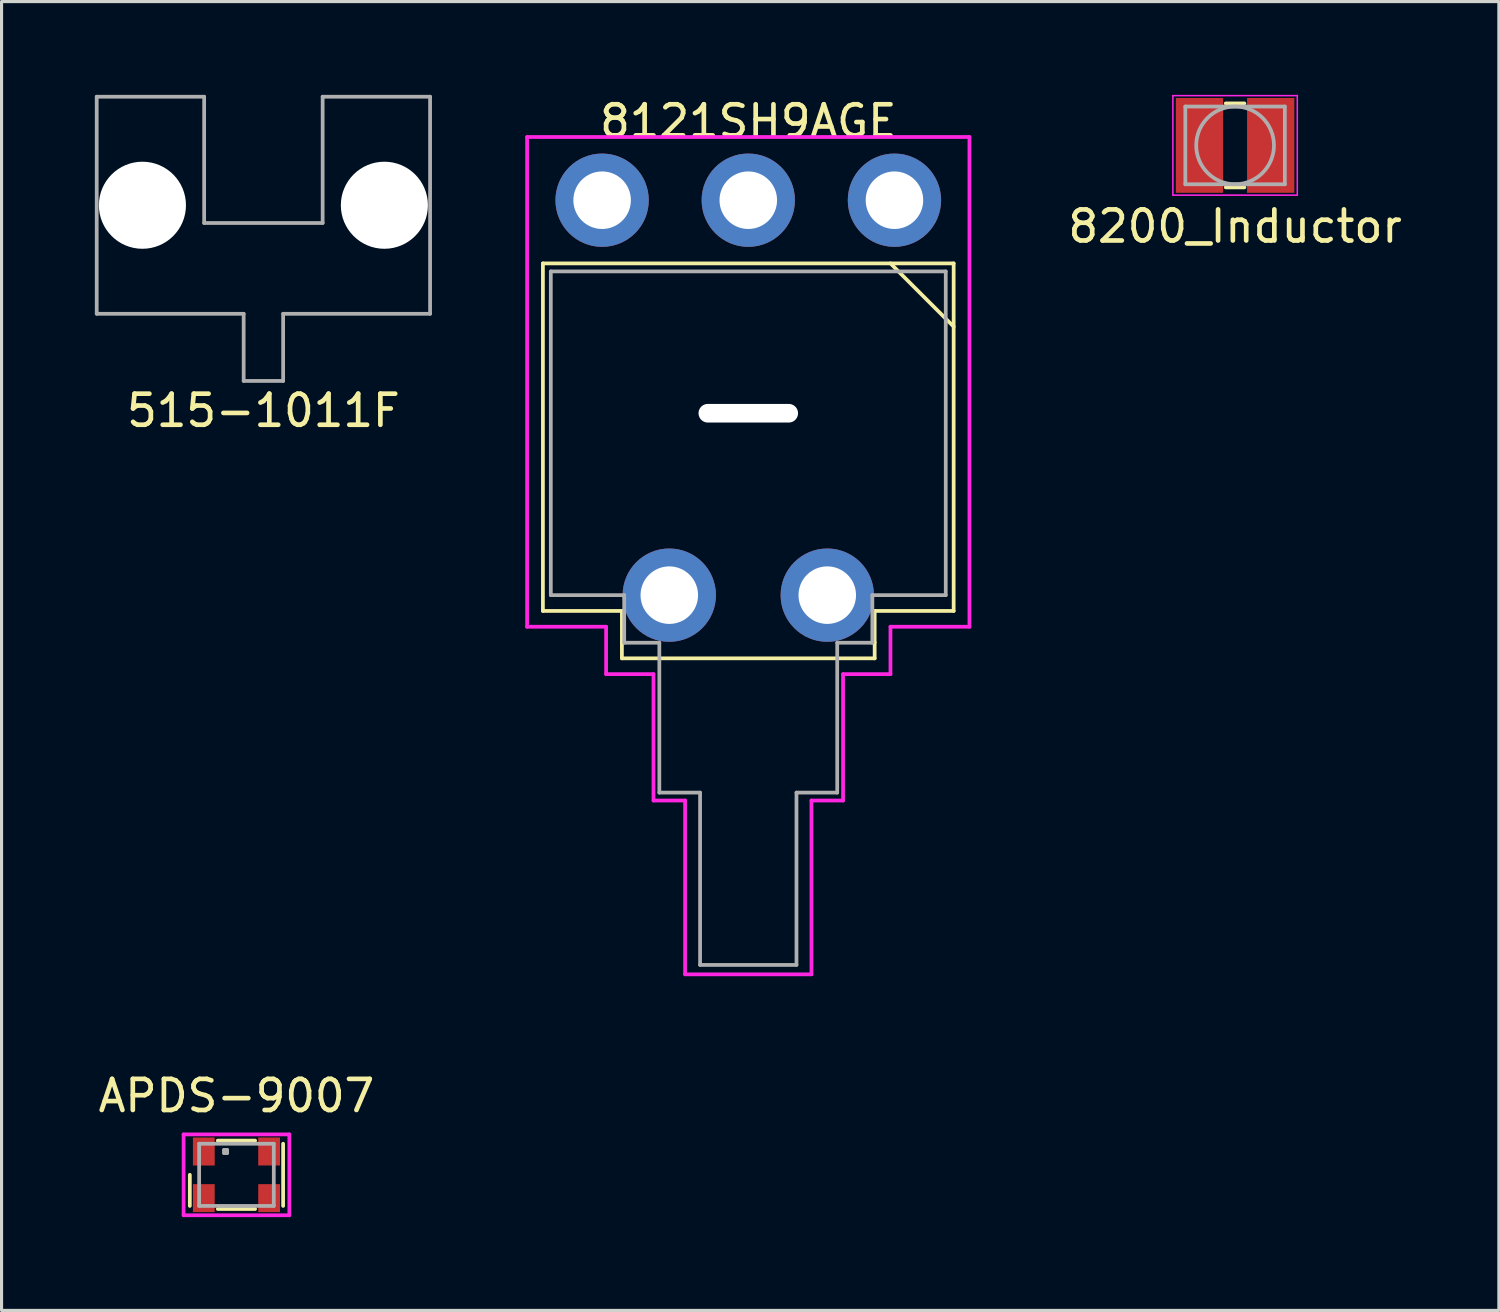
<source format=kicad_pcb>
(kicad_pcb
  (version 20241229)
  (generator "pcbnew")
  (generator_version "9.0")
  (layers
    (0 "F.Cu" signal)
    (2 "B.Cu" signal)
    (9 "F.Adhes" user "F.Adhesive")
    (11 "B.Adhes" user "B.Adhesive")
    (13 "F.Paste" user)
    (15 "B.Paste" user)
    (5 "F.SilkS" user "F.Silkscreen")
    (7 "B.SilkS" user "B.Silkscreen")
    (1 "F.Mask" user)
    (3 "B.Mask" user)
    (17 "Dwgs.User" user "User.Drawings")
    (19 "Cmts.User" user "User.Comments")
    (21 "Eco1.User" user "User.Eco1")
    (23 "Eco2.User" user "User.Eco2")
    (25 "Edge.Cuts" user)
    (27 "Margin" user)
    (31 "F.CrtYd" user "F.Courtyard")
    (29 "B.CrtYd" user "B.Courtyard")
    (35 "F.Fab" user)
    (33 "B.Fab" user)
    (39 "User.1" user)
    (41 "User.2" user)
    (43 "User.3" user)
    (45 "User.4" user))
  (footprint "8200_Inductor"
    (layer "F.Cu")
    (at 36.666 1.625)
    (property "Reference" "8200_Inductor" (at 0 2.603 0) (layer "F.SilkS") (effects (font (size 1 1) (thickness 0.15))))
    (attr through_hole)
    (fp_line (start -0.3 -1.35) (end 0.3 -1.35) (stroke (width 0.12) (type solid)) (layer "F.SilkS"))
    (fp_line (start -0.3 1.35) (end 0.3 1.35) (stroke (width 0.12) (type solid)) (layer "F.SilkS"))
    (fp_line (start -2 -1.6) (end 2 -1.6) (stroke (width 0.05) (type solid)) (layer "F.CrtYd"))
    (fp_line (start -2 1.6) (end -2 -1.6) (stroke (width 0.05) (type solid)) (layer "F.CrtYd"))
    (fp_line (start 2 -1.6) (end 2 1.6) (stroke (width 0.05) (type solid)) (layer "F.CrtYd"))
    (fp_line (start 2 1.6) (end -2 1.6) (stroke (width 0.05) (type solid)) (layer "F.CrtYd"))
    (fp_line (start -1.6 -1.25) (end 1.6 -1.25) (stroke (width 0.12) (type solid)) (layer "F.Fab"))
    (fp_line (start -1.6 1.25) (end -1.6 -1.25) (stroke (width 0.12) (type solid)) (layer "F.Fab"))
    (fp_line (start 1.6 -1.25) (end 1.6 1.25) (stroke (width 0.12) (type solid)) (layer "F.Fab"))
    (fp_line (start 1.6 1.25) (end -1.6 1.25) (stroke (width 0.12) (type solid)) (layer "F.Fab"))
    (fp_circle (center 0 0) (end 1.25 0) (stroke (width 0.12) (type solid)) (fill no) (layer "F.Fab"))
    (pad "1" smd rect (at -1.145 0) (size 1.52 3.05) (layers "F.Cu" "F.Mask" "F.Paste"))
    (pad "2" smd rect (at 1.145 0) (size 1.52 3.05) (layers "F.Cu" "F.Mask" "F.Paste")))
  (footprint "515-1011F"
    (layer "F.Cu")
    (at 5.42 3.55)
    (property "Reference" "515-1011F" (at 0 6.604 0) (layer "F.SilkS") (effects (font (size 1 1) (thickness 0.15))))
    (attr through_hole)
    (fp_line (start -5.36 -3.49) (end -5.36 3.49) (stroke (width 0.12) (type solid)) (layer "F.Fab"))
    (fp_line (start -5.36 3.49) (end -0.635 3.49) (stroke (width 0.12) (type solid)) (layer "F.Fab"))
    (fp_line (start -1.905 -3.49) (end -5.36 -3.49) (stroke (width 0.12) (type solid)) (layer "F.Fab"))
    (fp_line (start -1.905 0.57) (end -1.905 -3.49) (stroke (width 0.12) (type solid)) (layer "F.Fab"))
    (fp_line (start -0.635 3.49) (end -0.635 5.65) (stroke (width 0.12) (type solid)) (layer "F.Fab"))
    (fp_line (start -0.635 5.65) (end 0.635 5.65) (stroke (width 0.12) (type solid)) (layer "F.Fab"))
    (fp_line (start 0.635 3.49) (end 5.36 3.49) (stroke (width 0.12) (type solid)) (layer "F.Fab"))
    (fp_line (start 0.635 5.65) (end 0.635 3.49) (stroke (width 0.12) (type solid)) (layer "F.Fab"))
    (fp_line (start 1.905 -3.49) (end 1.905 0.57) (stroke (width 0.12) (type solid)) (layer "F.Fab"))
    (fp_line (start 1.905 0.57) (end -1.905 0.57) (stroke (width 0.12) (type solid)) (layer "F.Fab"))
    (fp_line (start 5.36 -3.49) (end 1.905 -3.49) (stroke (width 0.12) (type solid)) (layer "F.Fab"))
    (fp_line (start 5.36 3.49) (end 5.36 -3.49) (stroke (width 0.12) (type solid)) (layer "F.Fab"))
    (pad "" np_thru_hole circle (at -3.89 0) (size 2.8 2.8) (drill 2.8) (layers "*.Cu" "*.Mask"))
    (pad "" np_thru_hole circle (at 3.89 0) (size 2.8 2.8) (drill 2.8) (layers "*.Cu" "*.Mask")))
  (footprint "8121SH9AGE"
    (layer "F.Cu")
    (at 21.012 16.088)
    (property "Reference" "8121SH9AGE" (at 0 -15.24 0) (layer "F.SilkS") (effects (font (size 1 1) (thickness 0.15))))
    (attr through_hole)
    (fp_line (start -6.604 -10.668) (end 6.604 -10.668) (stroke (width 0.12) (type solid)) (layer "F.SilkS"))
    (fp_line (start -6.604 0.508) (end -6.604 -10.668) (stroke (width 0.12) (type solid)) (layer "F.SilkS"))
    (fp_line (start -4.064 0.508) (end -6.604 0.508) (stroke (width 0.12) (type solid)) (layer "F.SilkS"))
    (fp_line (start -4.064 1.524) (end -4.064 0.508) (stroke (width 0.12) (type solid)) (layer "F.SilkS"))
    (fp_line (start -4.064 1.524) (end -4.064 2.032) (stroke (width 0.12) (type solid)) (layer "F.SilkS"))
    (fp_line (start -4.064 2.032) (end 4.064 2.032) (stroke (width 0.12) (type solid)) (layer "F.SilkS"))
    (fp_line (start 4.064 0.508) (end 4.064 1.524) (stroke (width 0.12) (type solid)) (layer "F.SilkS"))
    (fp_line (start 4.064 2.032) (end 4.064 1.524) (stroke (width 0.12) (type solid)) (layer "F.SilkS"))
    (fp_line (start 4.572 -10.668) (end 6.604 -8.636) (stroke (width 0.12) (type solid)) (layer "F.SilkS"))
    (fp_line (start 6.604 -10.668) (end 6.604 0.508) (stroke (width 0.12) (type solid)) (layer "F.SilkS"))
    (fp_line (start 6.604 0.508) (end 4.064 0.508) (stroke (width 0.12) (type solid)) (layer "F.SilkS"))
    (fp_line (start -7.112 -14.732) (end 7.112 -14.732) (stroke (width 0.12) (type solid)) (layer "F.CrtYd"))
    (fp_line (start -7.112 1.016) (end -7.112 -14.732) (stroke (width 0.12) (type solid)) (layer "F.CrtYd"))
    (fp_line (start -4.572 1.016) (end -7.112 1.016) (stroke (width 0.12) (type solid)) (layer "F.CrtYd"))
    (fp_line (start -4.572 2.54) (end -4.572 1.016) (stroke (width 0.12) (type solid)) (layer "F.CrtYd"))
    (fp_line (start -3.048 2.54) (end -4.572 2.54) (stroke (width 0.12) (type solid)) (layer "F.CrtYd"))
    (fp_line (start -3.048 6.604) (end -3.048 2.54) (stroke (width 0.12) (type solid)) (layer "F.CrtYd"))
    (fp_line (start -2.032 6.604) (end -3.048 6.604) (stroke (width 0.12) (type solid)) (layer "F.CrtYd"))
    (fp_line (start -2.032 12.192) (end -2.032 6.604) (stroke (width 0.12) (type solid)) (layer "F.CrtYd"))
    (fp_line (start 2.032 6.604) (end 2.032 12.192) (stroke (width 0.12) (type solid)) (layer "F.CrtYd"))
    (fp_line (start 2.032 12.192) (end -2.032 12.192) (stroke (width 0.12) (type solid)) (layer "F.CrtYd"))
    (fp_line (start 3.048 2.54) (end 3.048 6.604) (stroke (width 0.12) (type solid)) (layer "F.CrtYd"))
    (fp_line (start 3.048 6.604) (end 2.032 6.604) (stroke (width 0.12) (type solid)) (layer "F.CrtYd"))
    (fp_line (start 4.572 1.016) (end 4.572 2.54) (stroke (width 0.12) (type solid)) (layer "F.CrtYd"))
    (fp_line (start 4.572 2.54) (end 3.048 2.54) (stroke (width 0.12) (type solid)) (layer "F.CrtYd"))
    (fp_line (start 7.112 -14.732) (end 7.112 1.016) (stroke (width 0.12) (type solid)) (layer "F.CrtYd"))
    (fp_line (start 7.112 1.016) (end 4.572 1.016) (stroke (width 0.12) (type solid)) (layer "F.CrtYd"))
    (fp_line (start -6.35 -10.41) (end 6.35 -10.41) (stroke (width 0.12) (type solid)) (layer "F.Fab"))
    (fp_line (start -6.35 0) (end -6.35 -10.41) (stroke (width 0.12) (type solid)) (layer "F.Fab"))
    (fp_line (start -3.99 0) (end -6.35 0) (stroke (width 0.12) (type solid)) (layer "F.Fab"))
    (fp_line (start -3.99 1.53) (end -3.99 0) (stroke (width 0.12) (type solid)) (layer "F.Fab"))
    (fp_line (start -2.86 1.53) (end -3.99 1.53) (stroke (width 0.12) (type solid)) (layer "F.Fab"))
    (fp_line (start -2.86 6.35) (end -2.86 1.53) (stroke (width 0.12) (type solid)) (layer "F.Fab"))
    (fp_line (start -1.55 6.35) (end -2.86 6.35) (stroke (width 0.12) (type solid)) (layer "F.Fab"))
    (fp_line (start -1.55 11.89) (end -1.55 6.35) (stroke (width 0.12) (type solid)) (layer "F.Fab"))
    (fp_line (start 1.55 6.35) (end 1.55 11.89) (stroke (width 0.12) (type solid)) (layer "F.Fab"))
    (fp_line (start 1.55 11.89) (end -1.55 11.89) (stroke (width 0.12) (type solid)) (layer "F.Fab"))
    (fp_line (start 2.86 6.35) (end 1.55 6.35) (stroke (width 0.12) (type solid)) (layer "F.Fab"))
    (fp_line (start 2.86 6.35) (end 2.86 1.53) (stroke (width 0.12) (type solid)) (layer "F.Fab"))
    (fp_line (start 3.99 0) (end 3.99 1.53) (stroke (width 0.12) (type solid)) (layer "F.Fab"))
    (fp_line (start 3.99 1.53) (end 2.86 1.53) (stroke (width 0.12) (type solid)) (layer "F.Fab"))
    (fp_line (start 6.35 -10.41) (end 6.35 0) (stroke (width 0.12) (type solid)) (layer "F.Fab"))
    (fp_line (start 6.35 0) (end 3.99 0) (stroke (width 0.12) (type solid)) (layer "F.Fab"))
    (pad "" np_thru_hole oval (at 0 -5.85) (size 3.2 0.6) (drill oval 3.2 0.6) (layers "*.Cu" "*.Mask"))
    (pad "1" thru_hole circle (at 4.7 -12.7) (size 3 3) (drill 1.85) (layers "*.Cu" "*.Mask"))
    (pad "2" thru_hole circle (at 0 -12.7 90) (size 3 3) (drill 1.85) (layers "*.Cu" "*.Mask"))
    (pad "3" thru_hole circle (at -4.7 -12.7) (size 3 3) (drill 1.85) (layers "*.Cu" "*.Mask"))
    (pad "4" thru_hole circle (at -2.54 0) (size 3 3) (drill 1.85) (layers "*.Cu" "*.Mask"))
    (pad "4" thru_hole circle (at 2.54 0) (size 3 3) (drill 1.85) (layers "*.Cu" "*.Mask")))
  (footprint "APDS-9007"
    (layer "F.Cu")
    (at 4.554 34.728)
    (property "Reference" "APDS-9007" (at 0 -2.54 0) (layer "F.SilkS") (effects (font (size 1 1) (thickness 0.15))))
    (attr through_hole)
    (fp_line (start -1.5 1) (end -1.5 0) (stroke (width 0.12) (type solid)) (layer "F.SilkS"))
    (fp_line (start 0.6 -1.1) (end -0.6 -1.1) (stroke (width 0.12) (type solid)) (layer "F.SilkS"))
    (fp_line (start 0.6 1.1) (end -0.6 1.1) (stroke (width 0.12) (type solid)) (layer "F.SilkS"))
    (fp_line (start 1.5 1) (end 1.5 -1) (stroke (width 0.12) (type solid)) (layer "F.SilkS"))
    (fp_line (start -1.7 -1.3) (end -1.7 1.3) (stroke (width 0.12) (type solid)) (layer "F.CrtYd"))
    (fp_line (start -1.7 1.3) (end 1.7 1.3) (stroke (width 0.12) (type solid)) (layer "F.CrtYd"))
    (fp_line (start 1.7 -1.3) (end -1.7 -1.3) (stroke (width 0.12) (type solid)) (layer "F.CrtYd"))
    (fp_line (start 1.7 1.3) (end 1.7 -1.3) (stroke (width 0.12) (type solid)) (layer "F.CrtYd"))
    (fp_line (start -1.2 -1) (end 1.2 -1) (stroke (width 0.12) (type solid)) (layer "F.Fab"))
    (fp_line (start -1.2 1) (end -1.2 -1) (stroke (width 0.12) (type solid)) (layer "F.Fab"))
    (fp_line (start -0.4 -0.8) (end -0.4 -0.7) (stroke (width 0.12) (type solid)) (layer "F.Fab"))
    (fp_line (start -0.4 -0.7) (end -0.3 -0.7) (stroke (width 0.12) (type solid)) (layer "F.Fab"))
    (fp_line (start -0.3 -0.8) (end -0.4 -0.8) (stroke (width 0.12) (type solid)) (layer "F.Fab"))
    (fp_line (start -0.3 -0.7) (end -0.3 -0.8) (stroke (width 0.12) (type solid)) (layer "F.Fab"))
    (fp_line (start 1.2 -1) (end 1.2 1) (stroke (width 0.12) (type solid)) (layer "F.Fab"))
    (fp_line (start 1.2 1) (end -1.2 1) (stroke (width 0.12) (type solid)) (layer "F.Fab"))
    (pad "1" smd rect (at -1.05 -0.75) (size 0.7 0.9) (layers "F.Cu" "F.Mask" "F.Paste"))
    (pad "3" smd rect (at 1.05 -0.75) (size 0.7 0.9) (layers "F.Cu" "F.Mask" "F.Paste"))
    (pad "4" smd rect (at 1.05 0.75) (size 0.7 0.9) (layers "F.Cu" "F.Mask" "F.Paste"))
    (pad "6" smd rect (at -1.05 0.75) (size 0.7 0.9) (layers "F.Cu" "F.Mask" "F.Paste")))
  (gr_rect
    (start -3 -3)
    (end 45.148 39.089)
    (stroke (width 0.1) (type default))
    (fill no)
    (layer "Edge.Cuts")))
</source>
